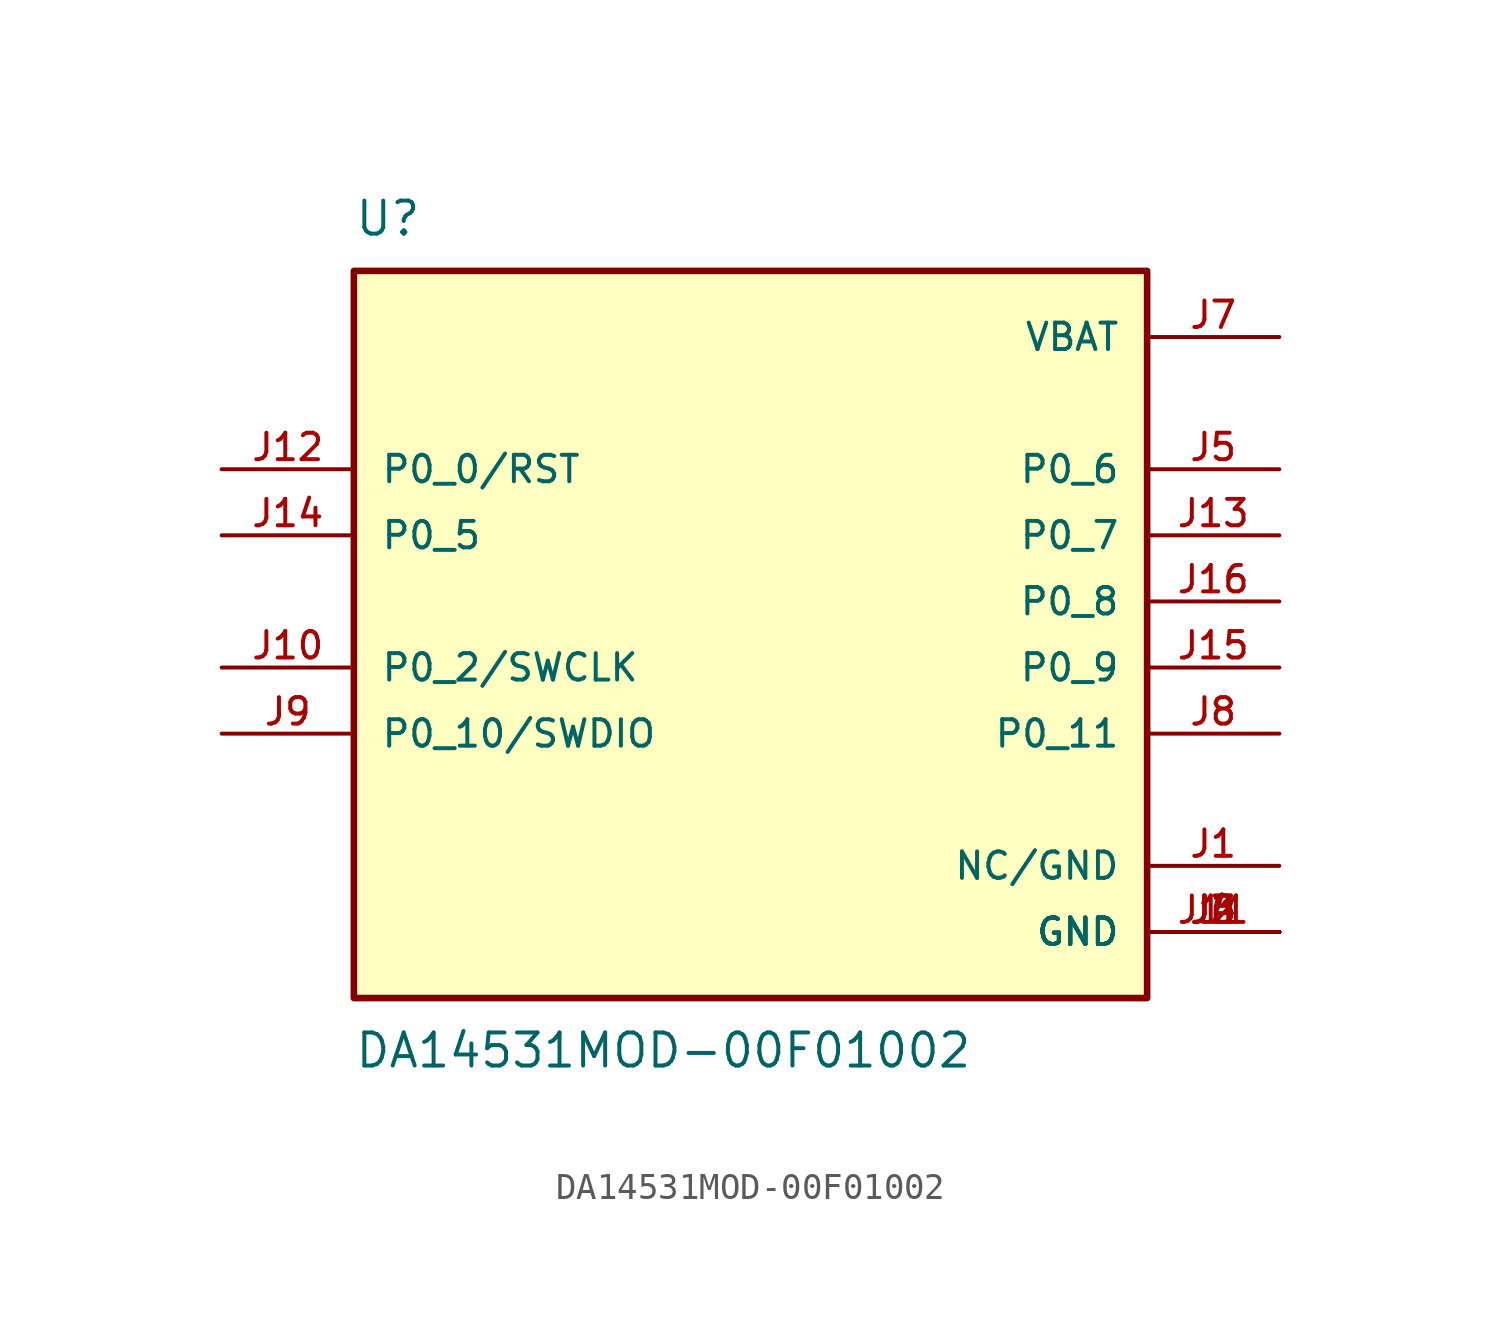
<source format=kicad_sym>
(kicad_symbol_lib
  (version 20211014)
  (generator kicad_symbol_editor)
  (symbol "DA14531MOD-00F01002"
    (pin_names
      (offset 1.016))
    (property "Reference" "U"
      (at -15.24 13.97 0)
      (effects (font (size 1.27 1.27)) (justify bottom left)))
    (property "Value" "DA14531MOD-00F01002"
      (at -15.24 -16.51 0)
      (effects (font (size 1.27 1.27)) (justify top left)))
    (symbol "DA14531MOD-00F01002_0_0"
      (rectangle (start -15.24 -15.24) (end 15.24 12.7) (stroke (width 0.254)) (fill (type background)))
      (pin power_in line (at 20.32 -12.7 180.0) (length 5.08) (name "GND" (effects (font (size 1.016 1.016)))) (number "J2" (effects (font (size 1.016 1.016)))))
      (pin power_in line (at 20.32 -12.7 180.0) (length 5.08) (name "GND" (effects (font (size 1.016 1.016)))) (number "J3" (effects (font (size 1.016 1.016)))))
      (pin power_in line (at 20.32 -12.7 180.0) (length 5.08) (name "GND" (effects (font (size 1.016 1.016)))) (number "J4" (effects (font (size 1.016 1.016)))))
      (pin power_in line (at 20.32 -12.7 180.0) (length 5.08) (name "GND" (effects (font (size 1.016 1.016)))) (number "J6" (effects (font (size 1.016 1.016)))))
      (pin power_in line (at 20.32 -12.7 180.0) (length 5.08) (name "GND" (effects (font (size 1.016 1.016)))) (number "J11" (effects (font (size 1.016 1.016)))))
      (pin bidirectional line (at 20.32 5.08 180.0) (length 5.08) (name "P0_6" (effects (font (size 1.016 1.016)))) (number "J5" (effects (font (size 1.016 1.016)))))
      (pin power_in line (at 20.32 10.16 180.0) (length 5.08) (name "VBAT" (effects (font (size 1.016 1.016)))) (number "J7" (effects (font (size 1.016 1.016)))))
      (pin bidirectional line (at 20.32 -5.08 180.0) (length 5.08) (name "P0_11" (effects (font (size 1.016 1.016)))) (number "J8" (effects (font (size 1.016 1.016)))))
      (pin bidirectional line (at -20.32 -5.08 0) (length 5.08) (name "P0_10/SWDIO" (effects (font (size 1.016 1.016)))) (number "J9" (effects (font (size 1.016 1.016)))))
      (pin bidirectional line (at -20.32 -2.54 0) (length 5.08) (name "P0_2/SWCLK" (effects (font (size 1.016 1.016)))) (number "J10" (effects (font (size 1.016 1.016)))))
      (pin bidirectional line (at -20.32 5.08 0) (length 5.08) (name "P0_0/RST" (effects (font (size 1.016 1.016)))) (number "J12" (effects (font (size 1.016 1.016)))))
      (pin bidirectional line (at 20.32 2.54 180.0) (length 5.08) (name "P0_7" (effects (font (size 1.016 1.016)))) (number "J13" (effects (font (size 1.016 1.016)))))
      (pin bidirectional line (at -20.32 2.54 0) (length 5.08) (name "P0_5" (effects (font (size 1.016 1.016)))) (number "J14" (effects (font (size 1.016 1.016)))))
      (pin bidirectional line (at 20.32 -2.54 180.0) (length 5.08) (name "P0_9" (effects (font (size 1.016 1.016)))) (number "J15" (effects (font (size 1.016 1.016)))))
      (pin bidirectional line (at 20.32 0.0 180.0) (length 5.08) (name "P0_8" (effects (font (size 1.016 1.016)))) (number "J16" (effects (font (size 1.016 1.016)))))
      (pin passive line (at 20.32 -10.16 180.0) (length 5.08) (name "NC/GND" (effects (font (size 1.016 1.016)))) (number "J1" (effects (font (size 1.016 1.016))))))))
</source>
